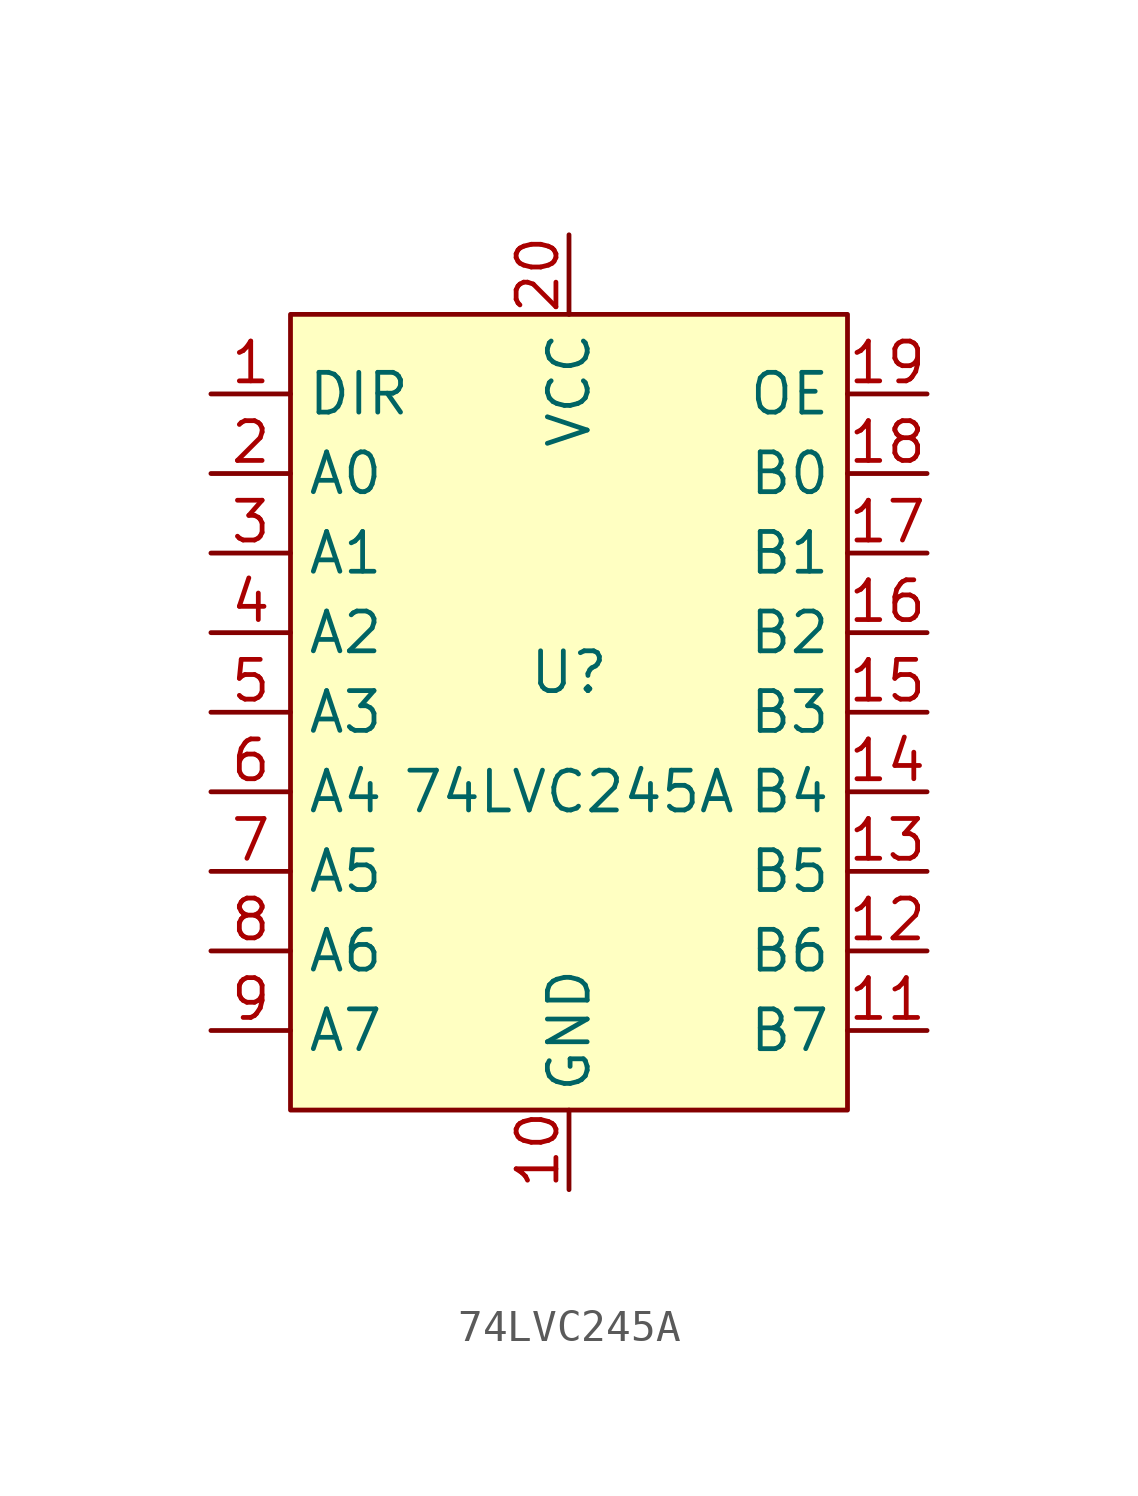
<source format=kicad_sym>
(kicad_symbol_lib
  (version 20220914)
  (generator kicad_symbol_editor)
  (symbol "74LVC245A"
    (property "Reference" "U"
      (at 0 1.27 0)
      (effects (font (size 1.27 1.27))))
    (property "Value" "74LVC245A"
      (at 0 -2.54 0)
      (effects (font (size 1.27 1.27))))
    (symbol "74LVC245A_1_0"
      (pin input line (at 11.43 5.08 180) (length 2.54) (name "B1" (effects (font (size 1.27 1.27)))) (number "17" (effects (font (size 1.27 1.27)))))
      (pin input line (at -11.43 5.08 0) (length 2.54) (name "A1" (effects (font (size 1.27 1.27)))) (number "3" (effects (font (size 1.27 1.27))))))
    (symbol "74LVC245A_1_1"
      (rectangle (start -8.89 12.7) (end 8.89 -12.7) (stroke (width 0) (type default)) (fill (type background)))
      (pin input line (at -11.43 10.16 0) (length 2.54) (name "DIR" (effects (font (size 1.27 1.27)))) (number "1" (effects (font (size 1.27 1.27)))))
      (pin input line (at 0 -15.24 90) (length 2.54) (name "GND" (effects (font (size 1.27 1.27)))) (number "10" (effects (font (size 1.27 1.27)))))
      (pin input line (at 11.43 -10.16 180) (length 2.54) (name "B7" (effects (font (size 1.27 1.27)))) (number "11" (effects (font (size 1.27 1.27)))))
      (pin input line (at 11.43 -7.62 180) (length 2.54) (name "B6" (effects (font (size 1.27 1.27)))) (number "12" (effects (font (size 1.27 1.27)))))
      (pin input line (at 11.43 -5.08 180) (length 2.54) (name "B5" (effects (font (size 1.27 1.27)))) (number "13" (effects (font (size 1.27 1.27)))))
      (pin input line (at 11.43 -2.54 180) (length 2.54) (name "B4" (effects (font (size 1.27 1.27)))) (number "14" (effects (font (size 1.27 1.27)))))
      (pin input line (at 11.43 0 180) (length 2.54) (name "B3" (effects (font (size 1.27 1.27)))) (number "15" (effects (font (size 1.27 1.27)))))
      (pin input line (at 11.43 2.54 180) (length 2.54) (name "B2" (effects (font (size 1.27 1.27)))) (number "16" (effects (font (size 1.27 1.27)))))
      (pin input line (at 11.43 7.62 180) (length 2.54) (name "B0" (effects (font (size 1.27 1.27)))) (number "18" (effects (font (size 1.27 1.27)))))
      (pin input line (at 11.43 10.16 180) (length 2.54) (name "OE" (effects (font (size 1.27 1.27)))) (number "19" (effects (font (size 1.27 1.27)))))
      (pin input line (at -11.43 7.62 0) (length 2.54) (name "A0" (effects (font (size 1.27 1.27)))) (number "2" (effects (font (size 1.27 1.27)))))
      (pin input line (at 0 15.24 270) (length 2.54) (name "VCC" (effects (font (size 1.27 1.27)))) (number "20" (effects (font (size 1.27 1.27)))))
      (pin input line (at -11.43 2.54 0) (length 2.54) (name "A2" (effects (font (size 1.27 1.27)))) (number "4" (effects (font (size 1.27 1.27)))))
      (pin input line (at -11.43 0 0) (length 2.54) (name "A3" (effects (font (size 1.27 1.27)))) (number "5" (effects (font (size 1.27 1.27)))))
      (pin input line (at -11.43 -2.54 0) (length 2.54) (name "A4" (effects (font (size 1.27 1.27)))) (number "6" (effects (font (size 1.27 1.27)))))
      (pin input line (at -11.43 -5.08 0) (length 2.54) (name "A5" (effects (font (size 1.27 1.27)))) (number "7" (effects (font (size 1.27 1.27)))))
      (pin input line (at -11.43 -7.62 0) (length 2.54) (name "A6" (effects (font (size 1.27 1.27)))) (number "8" (effects (font (size 1.27 1.27)))))
      (pin input line (at -11.43 -10.16 0) (length 2.54) (name "A7" (effects (font (size 1.27 1.27)))) (number "9" (effects (font (size 1.27 1.27))))))))
</source>
